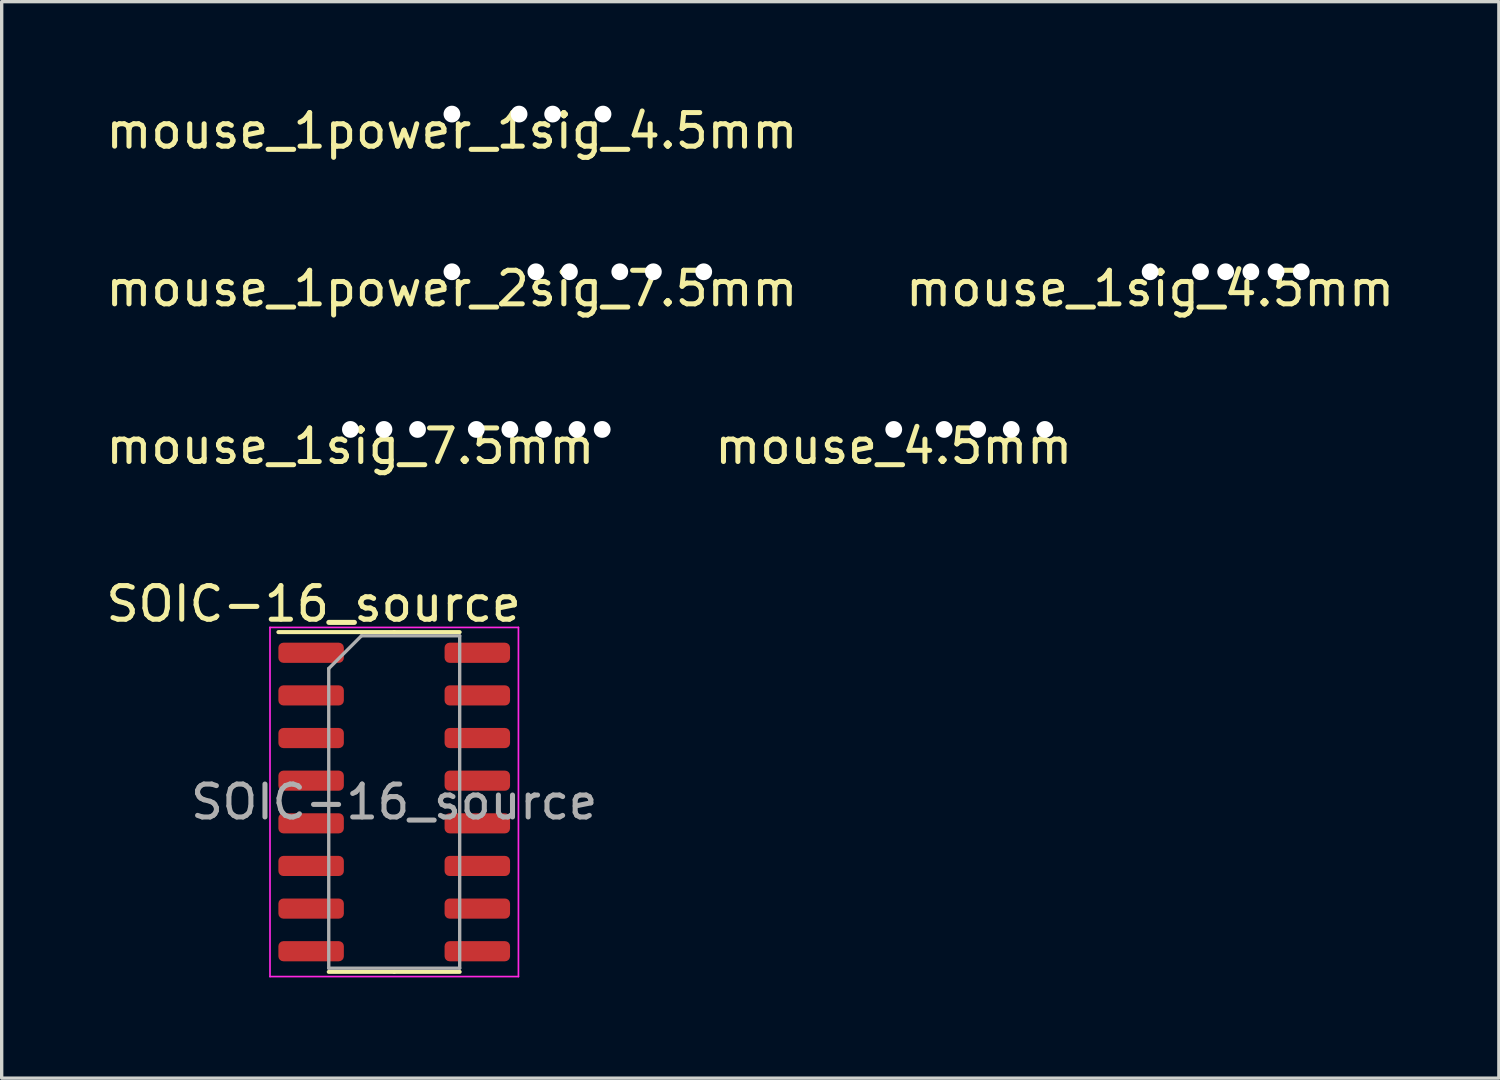
<source format=kicad_pcb>
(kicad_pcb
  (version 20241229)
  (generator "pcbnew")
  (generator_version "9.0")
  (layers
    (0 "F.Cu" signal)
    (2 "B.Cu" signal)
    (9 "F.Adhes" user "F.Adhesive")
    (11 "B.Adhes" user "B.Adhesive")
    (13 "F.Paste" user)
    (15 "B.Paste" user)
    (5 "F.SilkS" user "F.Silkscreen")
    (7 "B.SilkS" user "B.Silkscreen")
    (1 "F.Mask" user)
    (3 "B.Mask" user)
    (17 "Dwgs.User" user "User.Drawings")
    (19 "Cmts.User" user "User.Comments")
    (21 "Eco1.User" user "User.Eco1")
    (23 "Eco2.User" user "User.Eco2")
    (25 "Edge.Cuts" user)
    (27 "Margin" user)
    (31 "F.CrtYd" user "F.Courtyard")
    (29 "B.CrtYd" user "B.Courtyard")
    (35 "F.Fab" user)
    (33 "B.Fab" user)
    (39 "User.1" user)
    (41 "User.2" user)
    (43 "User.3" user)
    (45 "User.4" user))
  (footprint "SOIC-16_source"
    (layer "F.Cu")
    (at 13.492 18.838)
    (property "Reference" "SOIC-16_source" (at -7.2 -3.9 0) (layer "F.SilkS") (effects (font (size 1 1) (thickness 0.15))))
    (attr smd)
    (fp_line (start -4.8 -3.06) (end -8.25 -3.06) (stroke (width 0.12) (type solid)) (layer "F.SilkS"))
    (fp_line (start -4.8 -3.06) (end -2.85 -3.06) (stroke (width 0.12) (type solid)) (layer "F.SilkS"))
    (fp_line (start -4.8 7.06) (end -6.75 7.06) (stroke (width 0.12) (type solid)) (layer "F.SilkS"))
    (fp_line (start -4.8 7.06) (end -2.85 7.06) (stroke (width 0.12) (type solid)) (layer "F.SilkS"))
    (fp_line (start -8.5 -3.2) (end -8.5 7.2) (stroke (width 0.05) (type solid)) (layer "F.CrtYd"))
    (fp_line (start -8.5 7.2) (end -1.1 7.2) (stroke (width 0.05) (type solid)) (layer "F.CrtYd"))
    (fp_line (start -1.1 -3.2) (end -8.5 -3.2) (stroke (width 0.05) (type solid)) (layer "F.CrtYd"))
    (fp_line (start -1.1 7.2) (end -1.1 -3.2) (stroke (width 0.05) (type solid)) (layer "F.CrtYd"))
    (fp_line (start -6.75 -1.975) (end -5.775 -2.95) (stroke (width 0.1) (type solid)) (layer "F.Fab"))
    (fp_line (start -6.75 6.95) (end -6.75 -1.975) (stroke (width 0.1) (type solid)) (layer "F.Fab"))
    (fp_line (start -5.775 -2.95) (end -2.85 -2.95) (stroke (width 0.1) (type solid)) (layer "F.Fab"))
    (fp_line (start -2.85 -2.95) (end -2.85 6.95) (stroke (width 0.1) (type solid)) (layer "F.Fab"))
    (fp_line (start -2.85 6.95) (end -6.75 6.95) (stroke (width 0.1) (type solid)) (layer "F.Fab"))
    (fp_text user "${REFERENCE}" (at -4.8 2 0) (layer "F.Fab") (effects (font (size 0.98 0.98) (thickness 0.15))))
    (pad "1" smd roundrect (at -7.275 -2.445) (size 1.95 0.6) (layers "F.Cu" "F.Mask" "F.Paste") (roundrect_rratio 0.25))
    (pad "2" smd roundrect (at -7.275 -1.175) (size 1.95 0.6) (layers "F.Cu" "F.Mask" "F.Paste") (roundrect_rratio 0.25))
    (pad "3" smd roundrect (at -7.275 0.095) (size 1.95 0.6) (layers "F.Cu" "F.Mask" "F.Paste") (roundrect_rratio 0.25))
    (pad "4" smd roundrect (at -7.275 1.365) (size 1.95 0.6) (layers "F.Cu" "F.Mask" "F.Paste") (roundrect_rratio 0.25))
    (pad "5" smd roundrect (at -7.275 2.635) (size 1.95 0.6) (layers "F.Cu" "F.Mask" "F.Paste") (roundrect_rratio 0.25))
    (pad "6" smd roundrect (at -7.275 3.905) (size 1.95 0.6) (layers "F.Cu" "F.Mask" "F.Paste") (roundrect_rratio 0.25))
    (pad "7" smd roundrect (at -7.275 5.175) (size 1.95 0.6) (layers "F.Cu" "F.Mask" "F.Paste") (roundrect_rratio 0.25))
    (pad "8" smd roundrect (at -7.275 6.445) (size 1.95 0.6) (layers "F.Cu" "F.Mask" "F.Paste") (roundrect_rratio 0.25))
    (pad "9" smd roundrect (at -2.325 6.445) (size 1.95 0.6) (layers "F.Cu" "F.Mask" "F.Paste") (roundrect_rratio 0.25))
    (pad "10" smd roundrect (at -2.325 5.175) (size 1.95 0.6) (layers "F.Cu" "F.Mask" "F.Paste") (roundrect_rratio 0.25))
    (pad "11" smd roundrect (at -2.325 3.905) (size 1.95 0.6) (layers "F.Cu" "F.Mask" "F.Paste") (roundrect_rratio 0.25))
    (pad "12" smd roundrect (at -2.325 2.635) (size 1.95 0.6) (layers "F.Cu" "F.Mask" "F.Paste") (roundrect_rratio 0.25))
    (pad "13" smd roundrect (at -2.325 1.365) (size 1.95 0.6) (layers "F.Cu" "F.Mask" "F.Paste") (roundrect_rratio 0.25))
    (pad "14" smd roundrect (at -2.325 0.095) (size 1.95 0.6) (layers "F.Cu" "F.Mask" "F.Paste") (roundrect_rratio 0.25))
    (pad "15" smd roundrect (at -2.325 -1.175) (size 1.95 0.6) (layers "F.Cu" "F.Mask" "F.Paste") (roundrect_rratio 0.25))
    (pad "16" smd roundrect (at -2.325 -2.445) (size 1.95 0.6) (layers "F.Cu" "F.Mask" "F.Paste") (roundrect_rratio 0.25)))
  (footprint "mouse_1power_2sig_7.5mm"
    (layer "F.Cu")
    (at 10.411 5.045)
    (property "Reference" "mouse_1power_2sig_7.5mm" (at 0 0.5 0) (layer "F.SilkS") (effects (font (size 1 1) (thickness 0.15))))
    (attr through_hole)
    (pad "" np_thru_hole circle (at 0 0) (size 0.5 0.5) (drill 0.5) (layers "*.Cu" "*.Mask"))
    (pad "" np_thru_hole circle (at 2.5 0) (size 0.5 0.5) (drill 0.5) (layers "*.Cu" "*.Mask"))
    (pad "" np_thru_hole circle (at 3.5 0) (size 0.5 0.5) (drill 0.5) (layers "*.Cu" "*.Mask"))
    (pad "" np_thru_hole circle (at 5 0) (size 0.5 0.5) (drill 0.5) (layers "*.Cu" "*.Mask"))
    (pad "" np_thru_hole circle (at 6 0) (size 0.5 0.5) (drill 0.5) (layers "*.Cu" "*.Mask"))
    (pad "" np_thru_hole circle (at 7.5 0) (size 0.5 0.5) (drill 0.5) (layers "*.Cu" "*.Mask")))
  (footprint "mouse_1sig_4.5mm"
    (layer "F.Cu")
    (at 31.208 5.045)
    (property "Reference" "mouse_1sig_4.5mm" (at 0 0.5 0) (layer "F.SilkS") (effects (font (size 1 1) (thickness 0.15))))
    (attr through_hole)
    (pad "" np_thru_hole circle (at 0 0) (size 0.5 0.5) (drill 0.5) (layers "*.Cu" "*.Mask"))
    (pad "" np_thru_hole circle (at 1.5 0) (size 0.5 0.5) (drill 0.5) (layers "*.Cu" "*.Mask"))
    (pad "" np_thru_hole circle (at 2.25 0) (size 0.5 0.5) (drill 0.5) (layers "*.Cu" "*.Mask"))
    (pad "" np_thru_hole circle (at 3 0) (size 0.5 0.5) (drill 0.5) (layers "*.Cu" "*.Mask"))
    (pad "" np_thru_hole circle (at 3.75 0) (size 0.5 0.5) (drill 0.5) (layers "*.Cu" "*.Mask"))
    (pad "" np_thru_hole circle (at 4.5 0) (size 0.5 0.5) (drill 0.5) (layers "*.Cu" "*.Mask")))
  (footprint "mouse_1sig_7.5mm"
    (layer "F.Cu")
    (at 7.387 9.741)
    (property "Reference" "mouse_1sig_7.5mm" (at 0 0.5 0) (layer "F.SilkS") (effects (font (size 1 1) (thickness 0.15))))
    (attr through_hole)
    (pad "" np_thru_hole circle (at 0 0) (size 0.5 0.5) (drill 0.5) (layers "*.Cu" "*.Mask"))
    (pad "" np_thru_hole circle (at 1 0) (size 0.5 0.5) (drill 0.5) (layers "*.Cu" "*.Mask"))
    (pad "" np_thru_hole circle (at 2 0) (size 0.5 0.5) (drill 0.5) (layers "*.Cu" "*.Mask"))
    (pad "" np_thru_hole circle (at 3.75 0) (size 0.5 0.5) (drill 0.5) (layers "*.Cu" "*.Mask"))
    (pad "" np_thru_hole circle (at 4.75 0) (size 0.5 0.5) (drill 0.5) (layers "*.Cu" "*.Mask"))
    (pad "" np_thru_hole circle (at 5.75 0) (size 0.5 0.5) (drill 0.5) (layers "*.Cu" "*.Mask"))
    (pad "" np_thru_hole circle (at 6.75 0) (size 0.5 0.5) (drill 0.5) (layers "*.Cu" "*.Mask"))
    (pad "" np_thru_hole circle (at 7.5 0) (size 0.5 0.5) (drill 0.5) (layers "*.Cu" "*.Mask")))
  (footprint "mouse_1power_1sig_4.5mm"
    (layer "F.Cu")
    (at 10.411 0.348)
    (property "Reference" "mouse_1power_1sig_4.5mm" (at 0 0.5 0) (layer "F.SilkS") (effects (font (size 1 1) (thickness 0.15))))
    (attr through_hole)
    (pad "" np_thru_hole circle (at 0 0) (size 0.5 0.5) (drill 0.5) (layers "*.Cu" "*.Mask"))
    (pad "" np_thru_hole circle (at 2 0) (size 0.5 0.5) (drill 0.5) (layers "*.Cu" "*.Mask"))
    (pad "" np_thru_hole circle (at 3 0) (size 0.5 0.5) (drill 0.5) (layers "*.Cu" "*.Mask"))
    (pad "" np_thru_hole circle (at 4.5 0) (size 0.5 0.5) (drill 0.5) (layers "*.Cu" "*.Mask")))
  (footprint "mouse_4.5mm"
    (layer "F.Cu")
    (at 23.571 9.741)
    (property "Reference" "mouse_4.5mm" (at 0 0.5 0) (layer "F.SilkS") (effects (font (size 1 1) (thickness 0.15))))
    (attr through_hole)
    (pad "" np_thru_hole circle (at 0 0) (size 0.5 0.5) (drill 0.5) (layers "*.Cu" "*.Mask"))
    (pad "" np_thru_hole circle (at 1.5 0) (size 0.5 0.5) (drill 0.5) (layers "*.Cu" "*.Mask"))
    (pad "" np_thru_hole circle (at 2.5 0) (size 0.5 0.5) (drill 0.5) (layers "*.Cu" "*.Mask"))
    (pad "" np_thru_hole circle (at 3.5 0) (size 0.5 0.5) (drill 0.5) (layers "*.Cu" "*.Mask"))
    (pad "" np_thru_hole circle (at 4.5 0) (size 0.5 0.5) (drill 0.5) (layers "*.Cu" "*.Mask")))
  (gr_rect
    (start -3 -3)
    (end 41.595 29.063)
    (stroke (width 0.1) (type default))
    (fill no)
    (layer "Edge.Cuts")))
</source>
